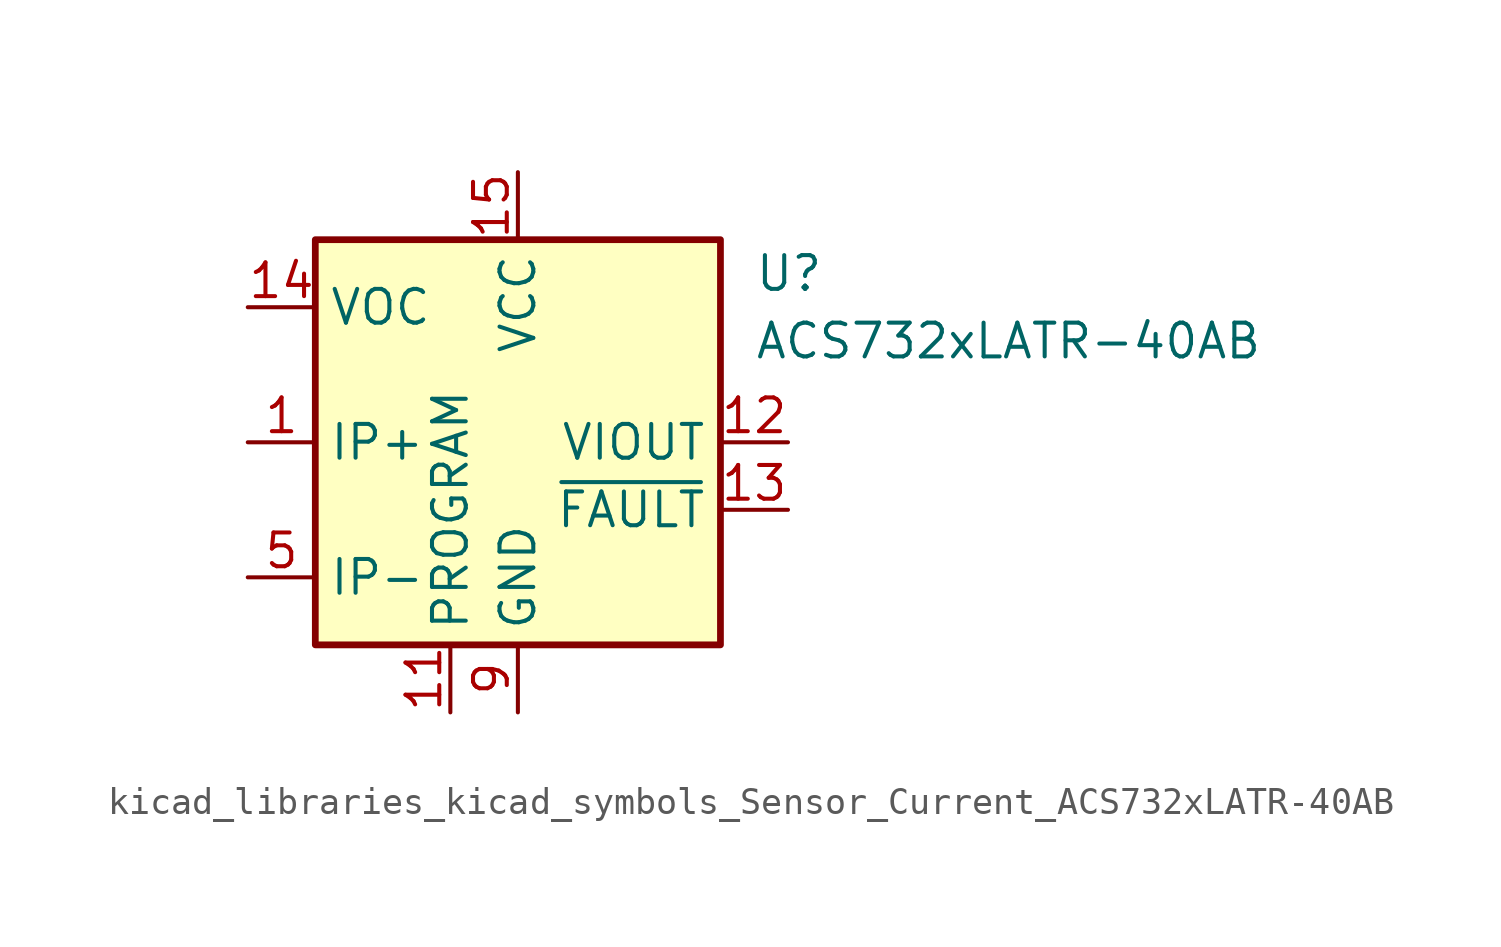
<source format=kicad_sym>
(kicad_symbol_lib
  (version 20220914)
  (generator kicad_symbol_editor)
  (symbol "kicad_libraries_kicad_symbols_Sensor_Current_ACS732xLATR-40AB"
    (property "Reference" "U"
      (at 8.89 6.35 0)
      (effects (font (size 1.27 1.27)) (justify left)))
    (property "Value" "ACS732xLATR-40AB"
      (at 8.89 3.81 0)
      (effects (font (size 1.27 1.27)) (justify left)))
    (symbol "kicad_libraries_kicad_symbols_Sensor_Current_ACS732xLATR-40AB_0_1"
      (rectangle (start -7.62 7.62) (end 7.62 -7.62) (stroke (width 0.254) (type default)) (fill (type background))))
    (symbol "kicad_libraries_kicad_symbols_Sensor_Current_ACS732xLATR-40AB_1_1"
      (pin passive line (at -10.16 0 0) (length 2.54) (name "IP+" (effects (font (size 1.27 1.27)))) (number "1" (effects (font (size 1.27 1.27)))))
      (pin passive line (at 0 -10.16 90) (length 2.54) hide (name "GND" (effects (font (size 1.27 1.27)))) (number "10" (effects (font (size 1.27 1.27)))))
      (pin passive line (at -2.54 -10.16 90) (length 2.54) (name "PROGRAM" (effects (font (size 1.27 1.27)))) (number "11" (effects (font (size 1.27 1.27)))))
      (pin output line (at 10.16 0 180) (length 2.54) (name "VIOUT" (effects (font (size 1.27 1.27)))) (number "12" (effects (font (size 1.27 1.27)))))
      (pin output line (at 10.16 -2.54 180) (length 2.54) (name "~{FAULT}" (effects (font (size 1.27 1.27)))) (number "13" (effects (font (size 1.27 1.27)))))
      (pin input line (at -10.16 5.08 0) (length 2.54) (name "VOC" (effects (font (size 1.27 1.27)))) (number "14" (effects (font (size 1.27 1.27)))))
      (pin power_in line (at 0 10.16 270) (length 2.54) (name "VCC" (effects (font (size 1.27 1.27)))) (number "15" (effects (font (size 1.27 1.27)))))
      (pin passive line (at 0 10.16 270) (length 2.54) hide (name "VCC" (effects (font (size 1.27 1.27)))) (number "16" (effects (font (size 1.27 1.27)))))
      (pin passive line (at -10.16 0 0) (length 2.54) hide (name "IP+" (effects (font (size 1.27 1.27)))) (number "2" (effects (font (size 1.27 1.27)))))
      (pin passive line (at -10.16 0 0) (length 2.54) hide (name "IP+" (effects (font (size 1.27 1.27)))) (number "3" (effects (font (size 1.27 1.27)))))
      (pin passive line (at -10.16 0 0) (length 2.54) hide (name "IP+" (effects (font (size 1.27 1.27)))) (number "4" (effects (font (size 1.27 1.27)))))
      (pin passive line (at -10.16 -5.08 0) (length 2.54) (name "IP-" (effects (font (size 1.27 1.27)))) (number "5" (effects (font (size 1.27 1.27)))))
      (pin passive line (at -10.16 -5.08 0) (length 2.54) hide (name "IP-" (effects (font (size 1.27 1.27)))) (number "6" (effects (font (size 1.27 1.27)))))
      (pin passive line (at -10.16 -5.08 0) (length 2.54) hide (name "IP-" (effects (font (size 1.27 1.27)))) (number "7" (effects (font (size 1.27 1.27)))))
      (pin passive line (at -10.16 -5.08 0) (length 2.54) hide (name "IP-" (effects (font (size 1.27 1.27)))) (number "8" (effects (font (size 1.27 1.27)))))
      (pin power_in line (at 0 -10.16 90) (length 2.54) (name "GND" (effects (font (size 1.27 1.27)))) (number "9" (effects (font (size 1.27 1.27))))))))
</source>
